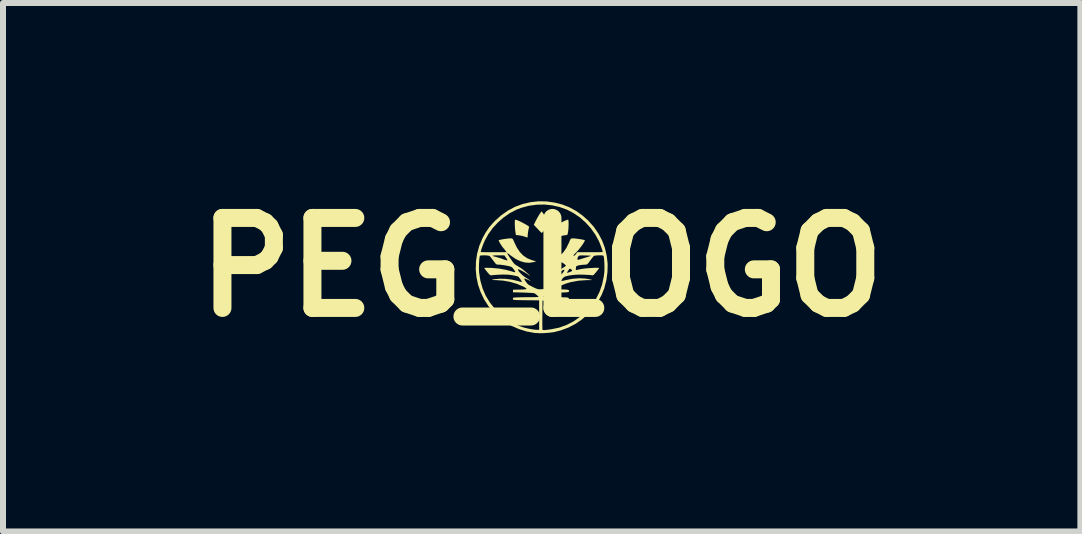
<source format=kicad_pcb>
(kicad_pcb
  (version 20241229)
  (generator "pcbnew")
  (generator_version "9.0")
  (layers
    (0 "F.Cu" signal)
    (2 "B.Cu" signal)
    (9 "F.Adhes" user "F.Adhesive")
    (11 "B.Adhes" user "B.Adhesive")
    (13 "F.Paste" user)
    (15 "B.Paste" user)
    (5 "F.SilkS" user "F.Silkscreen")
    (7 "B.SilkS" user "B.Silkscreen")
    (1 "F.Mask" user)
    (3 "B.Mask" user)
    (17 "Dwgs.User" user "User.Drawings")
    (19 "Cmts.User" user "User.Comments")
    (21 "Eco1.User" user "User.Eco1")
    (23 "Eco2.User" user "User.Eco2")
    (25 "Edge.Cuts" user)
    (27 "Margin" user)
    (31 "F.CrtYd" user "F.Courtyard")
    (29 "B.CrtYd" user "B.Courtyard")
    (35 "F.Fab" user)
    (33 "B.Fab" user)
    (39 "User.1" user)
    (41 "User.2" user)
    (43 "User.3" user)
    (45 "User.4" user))
  (footprint "PEG_LOGO"
    (layer "F.Cu")
    (at 5.979 1.404)
    (property "Reference" "PEG_LOGO" (at 0 0 0) (layer "F.SilkS") (effects (font (size 1.5 1.5) (thickness 0.3))))
    (attr board_only exclude_from_pos_files exclude_from_bom)
    (fp_poly (pts (xy 0.029 -0.891) (xy 0.048 -0.863) (xy 0.069 -0.827) (xy 0.091 -0.788) (xy 0.096 -0.778) (xy 0.132 -0.706) (xy 0.068 -0.639) (xy 0.042 -0.611) (xy 0.02 -0.589) (xy 0.005 -0.575) (xy 0 -0.571) (xy -0.007 -0.577) (xy -0.024 -0.593) (xy -0.047 -0.616) (xy -0.068 -0.639) (xy -0.132 -0.707) (xy -0.097 -0.778) (xy -0.077 -0.816) (xy -0.055 -0.854) (xy -0.036 -0.885) (xy -0.032 -0.891) (xy -0.002 -0.933)) (stroke (width 0) (type solid)) (fill yes) (layer "F.SilkS"))
    (fp_poly (pts (xy -0.41 -0.784) (xy -0.378 -0.771) (xy -0.34 -0.753) (xy -0.3 -0.732) (xy -0.259 -0.709) (xy -0.222 -0.686) (xy -0.218 -0.683) (xy -0.212 -0.674) (xy -0.213 -0.656) (xy -0.217 -0.642) (xy -0.223 -0.615) (xy -0.228 -0.579) (xy -0.232 -0.551) (xy -0.237 -0.494) (xy -0.285 -0.51) (xy -0.322 -0.521) (xy -0.363 -0.529) (xy -0.381 -0.532) (xy -0.43 -0.537) (xy -0.439 -0.591) (xy -0.443 -0.621) (xy -0.446 -0.658) (xy -0.448 -0.697) (xy -0.449 -0.734) (xy -0.449 -0.765) (xy -0.447 -0.785) (xy -0.445 -0.791) (xy -0.433 -0.791)) (stroke (width 0) (type solid)) (fill yes) (layer "F.SilkS"))
    (fp_poly (pts (xy 0.444 -0.785) (xy 0.447 -0.764) (xy 0.448 -0.733) (xy 0.448 -0.696) (xy 0.446 -0.657) (xy 0.443 -0.619) (xy 0.439 -0.589) (xy 0.433 -0.56) (xy 0.428 -0.543) (xy 0.42 -0.536) (xy 0.407 -0.535) (xy 0.401 -0.535) (xy 0.379 -0.532) (xy 0.347 -0.526) (xy 0.311 -0.517) (xy 0.303 -0.514) (xy 0.233 -0.494) (xy 0.233 -0.529) (xy 0.231 -0.557) (xy 0.226 -0.593) (xy 0.221 -0.621) (xy 0.215 -0.654) (xy 0.214 -0.674) (xy 0.218 -0.683) (xy 0.219 -0.684) (xy 0.252 -0.705) (xy 0.292 -0.728) (xy 0.333 -0.749) (xy 0.372 -0.769) (xy 0.406 -0.783) (xy 0.431 -0.792) (xy 0.44 -0.793)) (stroke (width 0) (type solid)) (fill yes) (layer "F.SilkS"))
    (fp_poly (pts (xy 0.078 -1.097) (xy 0.214 -1.078) (xy 0.34 -1.046) (xy 0.459 -1) (xy 0.573 -0.938) (xy 0.681 -0.861) (xy 0.776 -0.776) (xy 0.869 -0.672) (xy 0.946 -0.56) (xy 1.008 -0.442) (xy 1.054 -0.318) (xy 1.084 -0.189) (xy 1.099 -0.057) (xy 1.096 0.078) (xy 1.078 0.215) (xy 1.042 0.353) (xy 1.042 0.353) (xy 0.999 0.46) (xy 0.942 0.566) (xy 0.872 0.668) (xy 0.79 0.762) (xy 0.776 0.776) (xy 0.673 0.868) (xy 0.563 0.944) (xy 0.444 1.006) (xy 0.316 1.053) (xy 0.207 1.081) (xy 0.152 1.089) (xy 0.088 1.095) (xy 0.019 1.099) (xy -0.048 1.099) (xy -0.106 1.096) (xy -0.121 1.095) (xy -0.251 1.071) (xy -0.379 1.031) (xy -0.501 0.978) (xy -0.615 0.911) (xy -0.719 0.832) (xy -0.799 0.756) (xy -0.887 0.65) (xy -0.96 0.536) (xy -1.018 0.416) (xy -1.061 0.291) (xy -1.088 0.163) (xy -1.1 0.033) (xy -1.098 -0.011) (xy -1.046 -0.011) (xy -1.046 0.035) (xy -1.044 0.077) (xy -1.043 0.09) (xy -1.022 0.225) (xy -0.986 0.352) (xy -0.935 0.471) (xy -0.868 0.583) (xy -0.785 0.688) (xy -0.738 0.738) (xy -0.636 0.829) (xy -0.527 0.904) (xy -0.412 0.964) (xy -0.329 0.995) (xy -0.283 1.009) (xy -0.231 1.021) (xy -0.178 1.032) (xy -0.129 1.039) (xy -0.091 1.043) (xy -0.088 1.043) (xy -0.043 1.043) (xy -0.043 0.913) (xy 0.01 0.913) (xy 0.01 0.962) (xy 0.011 1.001) (xy 0.011 1.028) (xy 0.012 1.04) (xy 0.012 1.04) (xy 0.019 1.045) (xy 0.036 1.047) (xy 0.065 1.046) (xy 0.107 1.041) (xy 0.164 1.033) (xy 0.29 1.007) (xy 0.411 0.964) (xy 0.526 0.905) (xy 0.635 0.83) (xy 0.737 0.74) (xy 0.738 0.738) (xy 0.829 0.636) (xy 0.904 0.528) (xy 0.963 0.412) (xy 1.006 0.289) (xy 1.034 0.158) (xy 1.043 0.09) (xy 1.045 0.051) (xy 1.046 0.006) (xy 1.045 -0.041) (xy 1.043 -0.088) (xy 1.04 -0.131) (xy 1.036 -0.165) (xy 1.031 -0.187) (xy 1.03 -0.191) (xy 1.019 -0.195) (xy 0.995 -0.198) (xy 0.965 -0.198) (xy 0.932 -0.198) (xy 0.902 -0.195) (xy 0.879 -0.191) (xy 0.869 -0.188) (xy 0.858 -0.176) (xy 0.84 -0.154) (xy 0.819 -0.126) (xy 0.807 -0.11) (xy 0.784 -0.079) (xy 0.768 -0.059) (xy 0.755 -0.049) (xy 0.742 -0.044) (xy 0.726 -0.043) (xy 0.722 -0.043) (xy 0.686 -0.041) (xy 0.649 -0.037) (xy 0.616 -0.031) (xy 0.59 -0.023) (xy 0.577 -0.016) (xy 0.576 -0.015) (xy 0.571 0.001) (xy 0.569 0.022) (xy 0.569 0.048) (xy 0.644 0.033) (xy 0.676 0.027) (xy 0.715 0.022) (xy 0.76 0.017) (xy 0.807 0.014) (xy 0.852 0.011) (xy 0.893 0.009) (xy 0.926 0.009) (xy 0.948 0.01) (xy 0.957 0.013) (xy 0.957 0.013) (xy 0.952 0.022) (xy 0.938 0.041) (xy 0.918 0.067) (xy 0.908 0.08) (xy 0.884 0.108) (xy 0.867 0.126) (xy 0.854 0.134) (xy 0.842 0.135) (xy 0.837 0.134) (xy 0.82 0.132) (xy 0.79 0.129) (xy 0.751 0.127) (xy 0.707 0.124) (xy 0.698 0.124) (xy 0.633 0.123) (xy 0.568 0.125) (xy 0.506 0.131) (xy 0.451 0.139) (xy 0.406 0.15) (xy 0.378 0.16) (xy 0.363 0.171) (xy 0.347 0.189) (xy 0.332 0.208) (xy 0.323 0.224) (xy 0.323 0.231) (xy 0.332 0.23) (xy 0.353 0.226) (xy 0.383 0.219) (xy 0.393 0.216) (xy 0.511 0.193) (xy 0.623 0.184) (xy 0.728 0.189) (xy 0.802 0.202) (xy 0.849 0.214) (xy 0.749 0.215) (xy 0.616 0.224) (xy 0.486 0.248) (xy 0.457 0.256) (xy 0.411 0.27) (xy 0.364 0.288) (xy 0.319 0.306) (xy 0.281 0.324) (xy 0.253 0.34) (xy 0.241 0.35) (xy 0.221 0.371) (xy 0.328 0.371) (xy 0.379 0.371) (xy 0.415 0.373) (xy 0.439 0.377) (xy 0.452 0.384) (xy 0.456 0.393) (xy 0.456 0.402) (xy 0.453 0.407) (xy 0.448 0.412) (xy 0.437 0.415) (xy 0.418 0.417) (xy 0.389 0.419) (xy 0.347 0.421) (xy 0.291 0.422) (xy 0.279 0.422) (xy 0.105 0.427) (xy 0.068 0.454) (xy 0.046 0.471) (xy 0.032 0.485) (xy 0.028 0.49) (xy 0.032 0.494) (xy 0.048 0.496) (xy 0.077 0.498) (xy 0.12 0.499) (xy 0.178 0.5) (xy 0.231 0.5) (xy 0.298 0.5) (xy 0.349 0.501) (xy 0.388 0.502) (xy 0.415 0.503) (xy 0.433 0.506) (xy 0.443 0.509) (xy 0.448 0.513) (xy 0.455 0.53) (xy 0.454 0.539) (xy 0.45 0.543) (xy 0.441 0.546) (xy 0.424 0.548) (xy 0.399 0.55) (xy 0.362 0.552) (xy 0.312 0.553) (xy 0.247 0.554) (xy 0.231 0.554) (xy 0.013 0.556) (xy 0.011 0.793) (xy 0.01 0.856) (xy 0.01 0.913) (xy -0.043 0.913) (xy -0.043 0.798) (xy -0.043 0.552) (xy -0.261 0.55) (xy -0.328 0.549) (xy -0.379 0.548) (xy -0.418 0.547) (xy -0.445 0.546) (xy -0.463 0.544) (xy -0.474 0.541) (xy -0.479 0.537) (xy -0.481 0.532) (xy -0.481 0.531) (xy -0.479 0.514) (xy -0.473 0.508) (xy -0.461 0.506) (xy -0.435 0.504) (xy -0.397 0.502) (xy -0.349 0.501) (xy -0.293 0.5) (xy -0.257 0.5) (xy -0.199 0.5) (xy -0.148 0.499) (xy -0.105 0.498) (xy -0.074 0.497) (xy -0.055 0.495) (xy -0.052 0.494) (xy -0.058 0.485) (xy -0.074 0.47) (xy -0.095 0.453) (xy -0.116 0.438) (xy -0.121 0.435) (xy -0.133 0.432) (xy -0.16 0.429) (xy -0.198 0.427) (xy -0.245 0.424) (xy -0.298 0.423) (xy -0.306 0.422) (xy -0.479 0.418) (xy -0.479 0.397) (xy -0.479 0.375) (xy -0.364 0.373) (xy -0.312 0.371) (xy -0.277 0.368) (xy -0.258 0.364) (xy -0.254 0.357) (xy -0.265 0.347) (xy -0.289 0.333) (xy -0.311 0.321) (xy -0.414 0.277) (xy -0.526 0.244) (xy -0.642 0.223) (xy -0.757 0.215) (xy -0.758 0.215) (xy -0.798 0.214) (xy -0.821 0.211) (xy -0.829 0.208) (xy -0.821 0.205) (xy -0.8 0.201) (xy -0.764 0.197) (xy -0.715 0.193) (xy -0.706 0.192) (xy -0.605 0.193) (xy -0.499 0.206) (xy -0.394 0.231) (xy -0.388 0.233) (xy -0.36 0.241) (xy -0.339 0.245) (xy -0.329 0.246) (xy -0.332 0.238) (xy -0.342 0.22) (xy -0.356 0.199) (xy -0.372 0.178) (xy -0.385 0.162) (xy -0.389 0.158) (xy -0.402 0.152) (xy -0.428 0.146) (xy -0.463 0.138) (xy -0.491 0.133) (xy -0.54 0.126) (xy -0.587 0.123) (xy -0.637 0.122) (xy -0.698 0.124) (xy -0.743 0.126) (xy -0.783 0.129) (xy -0.815 0.132) (xy -0.835 0.134) (xy -0.837 0.134) (xy -0.849 0.135) (xy -0.861 0.13) (xy -0.876 0.117) (xy -0.896 0.094) (xy -0.908 0.08) (xy -0.93 0.052) (xy -0.947 0.03) (xy -0.956 0.016) (xy -0.957 0.013) (xy -0.949 0.011) (xy -0.927 0.01) (xy -0.894 0.01) (xy -0.852 0.011) (xy -0.838 0.011) (xy -0.713 0.022) (xy -0.593 0.044) (xy -0.501 0.069) (xy -0.473 0.078) (xy -0.452 0.082) (xy -0.442 0.083) (xy -0.443 0.073) (xy -0.453 0.055) (xy -0.467 0.034) (xy -0.484 0.013) (xy -0.499 -0.001) (xy -0.502 -0.003) (xy -0.52 -0.011) (xy -0.551 -0.019) (xy -0.59 -0.027) (xy -0.632 -0.034) (xy -0.673 -0.04) (xy -0.708 -0.043) (xy -0.721 -0.043) (xy -0.739 -0.044) (xy -0.752 -0.047) (xy -0.765 -0.056) (xy -0.78 -0.074) (xy -0.801 -0.102) (xy -0.807 -0.11) (xy -0.83 -0.14) (xy -0.85 -0.166) (xy -0.865 -0.183) (xy -0.869 -0.188) (xy -0.883 -0.192) (xy -0.818 -0.192) (xy -0.815 -0.187) (xy -0.796 -0.18) (xy -0.766 -0.173) (xy -0.735 -0.164) (xy -0.695 -0.152) (xy -0.654 -0.138) (xy -0.646 -0.134) (xy -0.613 -0.123) (xy -0.588 -0.116) (xy -0.573 -0.113) (xy -0.571 -0.114) (xy -0.574 -0.124) (xy -0.584 -0.143) (xy -0.595 -0.159) (xy -0.622 -0.198) (xy -0.726 -0.198) (xy -0.774 -0.198) (xy -0.804 -0.196) (xy -0.818 -0.192) (xy -0.883 -0.192) (xy -0.883 -0.192) (xy -0.908 -0.196) (xy -0.94 -0.198) (xy -0.973 -0.198) (xy -1.002 -0.197) (xy -1.023 -0.194) (xy -1.03 -0.191) (xy -1.034 -0.175) (xy -1.039 -0.145) (xy -1.042 -0.105) (xy -1.045 -0.059) (xy -1.046 -0.011) (xy -1.098 -0.011) (xy -1.096 -0.098) (xy -1.076 -0.229) (xy -1.069 -0.253) (xy -1.017 -0.253) (xy -1.009 -0.253) (xy -0.986 -0.252) (xy -0.95 -0.251) (xy -0.904 -0.25) (xy -0.85 -0.25) (xy -0.801 -0.25) (xy -0.584 -0.25) (xy -0.609 -0.282) (xy -0.624 -0.302) (xy -0.636 -0.316) (xy -0.639 -0.319) (xy -0.649 -0.331) (xy -0.664 -0.352) (xy -0.681 -0.377) (xy -0.697 -0.404) (xy -0.71 -0.428) (xy -0.717 -0.445) (xy -0.717 -0.45) (xy -0.706 -0.454) (xy -0.681 -0.46) (xy -0.648 -0.466) (xy -0.611 -0.472) (xy -0.573 -0.477) (xy -0.54 -0.48) (xy -0.515 -0.481) (xy -0.506 -0.481) (xy -0.493 -0.478) (xy -0.483 -0.47) (xy -0.473 -0.453) (xy -0.46 -0.424) (xy -0.457 -0.416) (xy -0.414 -0.327) (xy -0.364 -0.253) (xy -0.307 -0.194) (xy -0.24 -0.149) (xy -0.165 -0.118) (xy -0.157 -0.116) (xy -0.093 -0.098) (xy -0.135 -0.085) (xy -0.207 -0.074) (xy -0.281 -0.079) (xy -0.357 -0.101) (xy -0.436 -0.139) (xy -0.515 -0.194) (xy -0.533 -0.208) (xy -0.554 -0.225) (xy -0.57 -0.235) (xy -0.576 -0.237) (xy -0.574 -0.229) (xy -0.563 -0.209) (xy -0.547 -0.183) (xy -0.527 -0.152) (xy -0.505 -0.121) (xy -0.485 -0.092) (xy -0.467 -0.069) (xy -0.455 -0.055) (xy -0.454 -0.054) (xy -0.437 -0.041) (xy -0.41 -0.024) (xy -0.385 -0.009) (xy -0.353 0.011) (xy -0.317 0.036) (xy -0.276 0.069) (xy -0.227 0.111) (xy -0.207 0.128) (xy -0.196 0.139) (xy -0.197 0.14) (xy -0.212 0.132) (xy -0.237 0.115) (xy -0.28 0.088) (xy -0.32 0.065) (xy -0.353 0.048) (xy -0.379 0.037) (xy -0.394 0.034) (xy -0.397 0.037) (xy -0.39 0.057) (xy -0.371 0.083) (xy -0.343 0.112) (xy -0.309 0.142) (xy -0.272 0.17) (xy -0.261 0.176) (xy -0.222 0.201) (xy -0.197 0.217) (xy -0.187 0.225) (xy -0.191 0.226) (xy -0.209 0.219) (xy -0.233 0.208) (xy -0.261 0.197) (xy -0.282 0.19) (xy -0.291 0.19) (xy -0.292 0.19) (xy -0.289 0.201) (xy -0.278 0.221) (xy -0.262 0.244) (xy -0.245 0.266) (xy -0.23 0.283) (xy -0.228 0.285) (xy -0.214 0.294) (xy -0.189 0.308) (xy -0.157 0.325) (xy -0.139 0.334) (xy -0.103 0.351) (xy -0.076 0.362) (xy -0.054 0.367) (xy -0.03 0.368) (xy -0.009 0.367) (xy 0.019 0.365) (xy 0.043 0.36) (xy 0.069 0.35) (xy 0.102 0.335) (xy 0.133 0.318) (xy 0.174 0.293) (xy 0.211 0.268) (xy 0.24 0.244) (xy 0.259 0.223) (xy 0.266 0.207) (xy 0.264 0.201) (xy 0.254 0.201) (xy 0.233 0.208) (xy 0.218 0.215) (xy 0.194 0.225) (xy 0.186 0.227) (xy 0.191 0.221) (xy 0.209 0.208) (xy 0.241 0.189) (xy 0.25 0.183) (xy 0.28 0.162) (xy 0.311 0.135) (xy 0.339 0.107) (xy 0.352 0.091) (xy 0.423 0.091) (xy 0.429 0.094) (xy 0.433 0.093) (xy 0.448 0.087) (xy 0.471 0.079) (xy 0.476 0.077) (xy 0.5 0.066) (xy 0.507 0.054) (xy 0.498 0.041) (xy 0.488 0.033) (xy 0.475 0.024) (xy 0.466 0.025) (xy 0.455 0.036) (xy 0.445 0.05) (xy 0.428 0.077) (xy 0.423 0.091) (xy 0.352 0.091) (xy 0.362 0.079) (xy 0.376 0.056) (xy 0.379 0.045) (xy 0.373 0.042) (xy 0.354 0.048) (xy 0.324 0.062) (xy 0.286 0.084) (xy 0.241 0.113) (xy 0.237 0.116) (xy 0.21 0.133) (xy 0.197 0.14) (xy 0.196 0.138) (xy 0.207 0.128) (xy 0.265 0.078) (xy 0.312 0.04) (xy 0.349 0.013) (xy 0.37 -0.001) (xy 0.39 -0.014) (xy 0.402 -0.025) (xy 0.403 -0.029) (xy 0.395 -0.038) (xy 0.377 -0.053) (xy 0.366 -0.062) (xy 0.346 -0.075) (xy 0.33 -0.082) (xy 0.311 -0.082) (xy 0.283 -0.077) (xy 0.281 -0.077) (xy 0.23 -0.072) (xy 0.177 -0.077) (xy 0.127 -0.088) (xy 0.094 -0.098) (xy 0.158 -0.116) (xy 0.219 -0.14) (xy 0.595 -0.14) (xy 0.598 -0.125) (xy 0.608 -0.123) (xy 0.61 -0.124) (xy 0.624 -0.128) (xy 0.651 -0.136) (xy 0.686 -0.147) (xy 0.716 -0.156) (xy 0.754 -0.168) (xy 0.786 -0.178) (xy 0.81 -0.185) (xy 0.819 -0.189) (xy 0.816 -0.191) (xy 0.799 -0.193) (xy 0.77 -0.195) (xy 0.732 -0.196) (xy 0.729 -0.196) (xy 0.685 -0.197) (xy 0.654 -0.197) (xy 0.635 -0.195) (xy 0.623 -0.192) (xy 0.614 -0.185) (xy 0.61 -0.18) (xy 0.598 -0.158) (xy 0.595 -0.14) (xy 0.219 -0.14) (xy 0.234 -0.146) (xy 0.301 -0.19) (xy 0.36 -0.248) (xy 0.41 -0.32) (xy 0.453 -0.408) (xy 0.457 -0.416) (xy 0.47 -0.448) (xy 0.48 -0.467) (xy 0.49 -0.476) (xy 0.502 -0.48) (xy 0.509 -0.481) (xy 0.529 -0.481) (xy 0.559 -0.479) (xy 0.595 -0.474) (xy 0.633 -0.469) (xy 0.668 -0.463) (xy 0.697 -0.457) (xy 0.715 -0.452) (xy 0.718 -0.45) (xy 0.717 -0.439) (xy 0.706 -0.419) (xy 0.689 -0.39) (xy 0.666 -0.357) (xy 0.639 -0.322) (xy 0.612 -0.288) (xy 0.584 -0.257) (xy 0.575 -0.248) (xy 0.548 -0.22) (xy 0.533 -0.203) (xy 0.528 -0.193) (xy 0.533 -0.19) (xy 0.534 -0.19) (xy 0.551 -0.197) (xy 0.569 -0.217) (xy 0.571 -0.22) (xy 0.591 -0.25) (xy 0.804 -0.25) (xy 0.863 -0.25) (xy 0.915 -0.25) (xy 0.959 -0.251) (xy 0.992 -0.252) (xy 1.012 -0.253) (xy 1.017 -0.253) (xy 1.015 -0.263) (xy 1.009 -0.284) (xy 1 -0.313) (xy 1 -0.315) (xy 0.955 -0.432) (xy 0.894 -0.543) (xy 0.82 -0.648) (xy 0.734 -0.743) (xy 0.638 -0.829) (xy 0.532 -0.901) (xy 0.422 -0.959) (xy 0.3 -1.003) (xy 0.173 -1.032) (xy 0.044 -1.045) (xy -0.087 -1.042) (xy -0.216 -1.024) (xy -0.341 -0.99) (xy -0.422 -0.959) (xy -0.531 -0.902) (xy -0.635 -0.83) (xy -0.731 -0.746) (xy -0.817 -0.653) (xy -0.89 -0.551) (xy -0.949 -0.444) (xy -0.952 -0.437) (xy -0.965 -0.407) (xy -0.979 -0.372) (xy -0.993 -0.334) (xy -1.005 -0.3) (xy -1.013 -0.272) (xy -1.017 -0.255) (xy -1.017 -0.253) (xy -1.069 -0.253) (xy -1.04 -0.358) (xy -0.987 -0.483) (xy -0.985 -0.487) (xy -0.934 -0.58) (xy -0.876 -0.664) (xy -0.807 -0.744) (xy -0.776 -0.776) (xy -0.672 -0.868) (xy -0.56 -0.946) (xy -0.442 -1.008) (xy -0.318 -1.054) (xy -0.189 -1.084) (xy -0.057 -1.099)) (stroke (width 0) (type solid)) (fill yes) (layer "F.SilkS")))
  (gr_rect
    (start -3 -3)
    (end 14.957 5.808)
    (stroke (width 0.1) (type default))
    (fill no)
    (layer "Edge.Cuts")))
</source>
